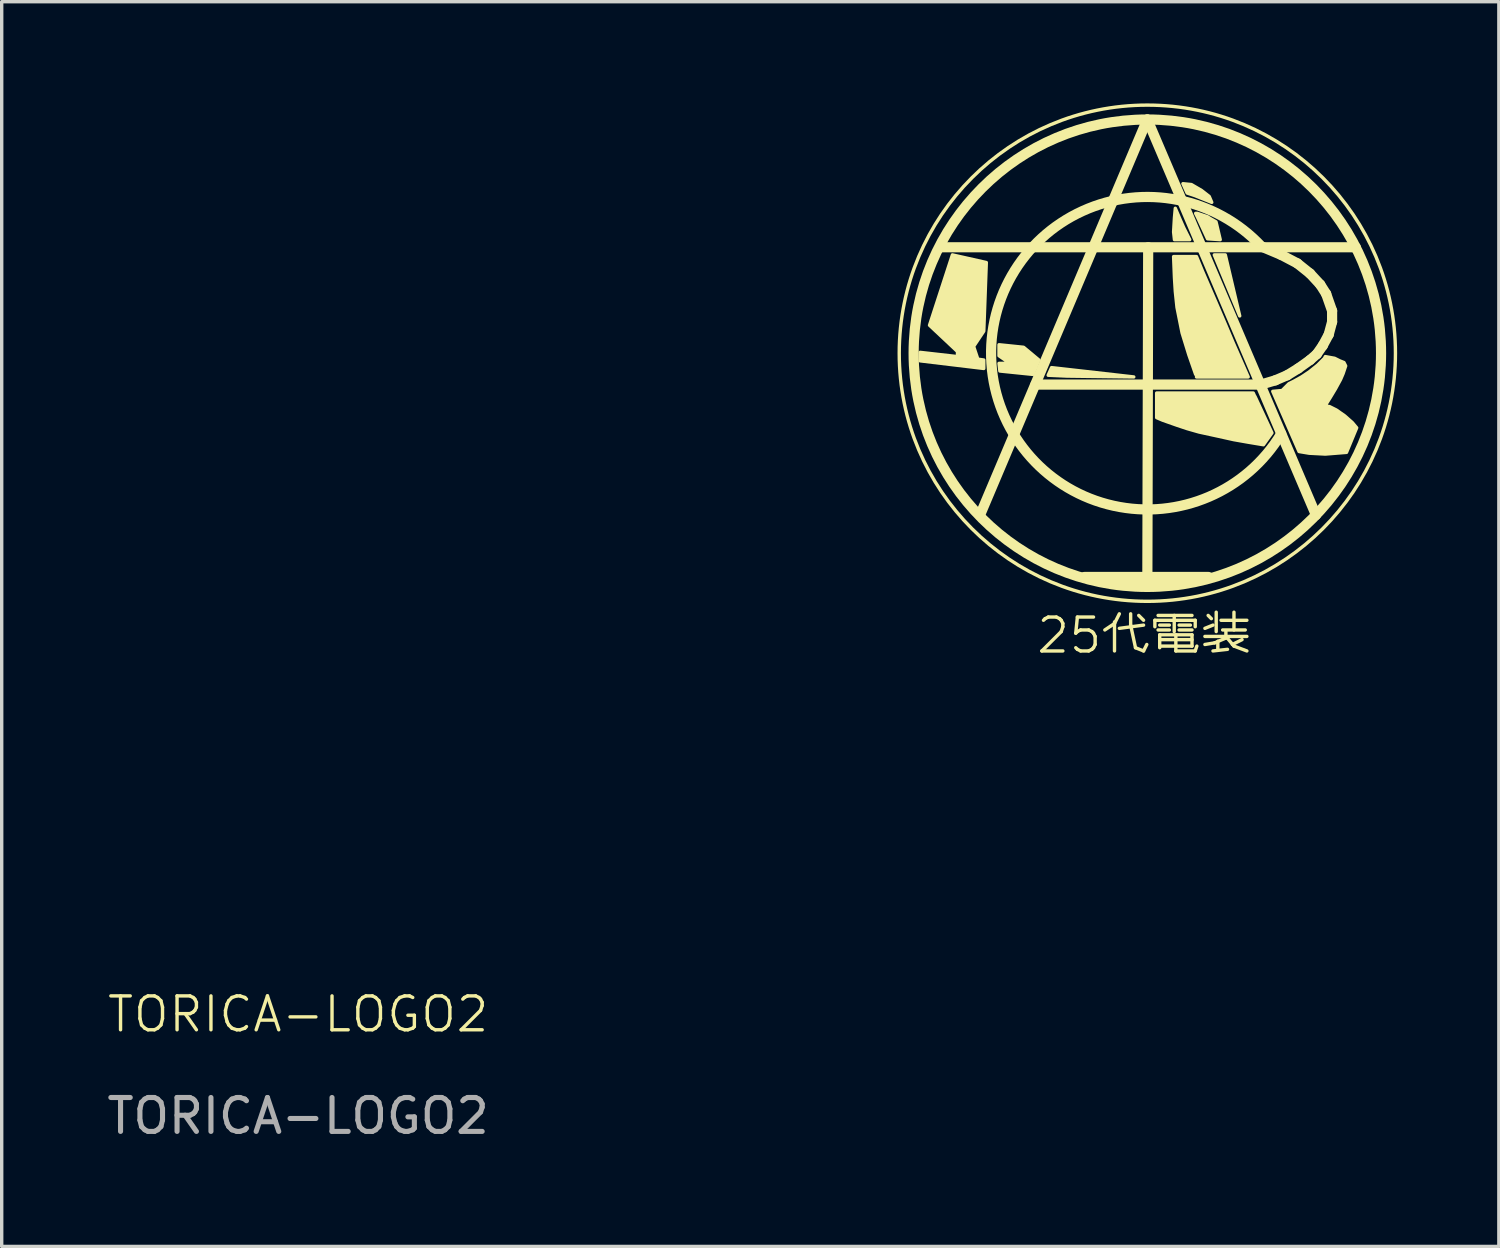
<source format=kicad_pcb>
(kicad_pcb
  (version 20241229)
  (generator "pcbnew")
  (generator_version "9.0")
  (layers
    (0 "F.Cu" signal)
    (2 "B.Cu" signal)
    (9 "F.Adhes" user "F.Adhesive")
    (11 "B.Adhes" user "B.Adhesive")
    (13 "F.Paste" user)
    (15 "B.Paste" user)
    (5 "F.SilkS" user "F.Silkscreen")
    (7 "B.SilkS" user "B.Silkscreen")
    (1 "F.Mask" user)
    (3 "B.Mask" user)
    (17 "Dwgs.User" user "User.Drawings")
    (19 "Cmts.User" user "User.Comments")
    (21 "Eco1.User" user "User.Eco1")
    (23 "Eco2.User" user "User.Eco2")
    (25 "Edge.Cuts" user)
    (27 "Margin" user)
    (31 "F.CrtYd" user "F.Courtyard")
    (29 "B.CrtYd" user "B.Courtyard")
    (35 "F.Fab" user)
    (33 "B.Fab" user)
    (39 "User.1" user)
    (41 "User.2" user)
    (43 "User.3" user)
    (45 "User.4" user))
  (footprint "TORICA-LOGO2"
    (layer "F.Cu")
    (at 5.744 27.369)
    (property "Reference" "TORICA-LOGO2" (at 0 -0.5 0) (unlocked yes) (layer "F.SilkS") (effects (font (size 1 1) (thickness 0.1))))
    (fp_line (start 18.95 -23.125) (end 31.2 -23.125) (stroke (width 0.3) (type default)) (layer "F.SilkS"))
    (fp_line (start 23.2 -13.4) (end 26.85 -13.4) (stroke (width 0.3) (type default)) (layer "F.SilkS"))
    (fp_line (start 25.05 -26.894) (end 20.125 -15.25) (stroke (width 0.3) (type default)) (layer "F.SilkS"))
    (fp_line (start 25.05 -26.894) (end 30.025 -15.225) (stroke (width 0.3) (type default)) (layer "F.SilkS"))
    (fp_line (start 25.075 -23.125) (end 25.05 -13.106) (stroke (width 0.3) (type default)) (layer "F.SilkS"))
    (fp_line (start 28.4 -19.075) (end 21.75 -19.075) (stroke (width 0.3) (type default)) (layer "F.SilkS"))
    (fp_line (start 28.42 -23.144) (end 29 -22.9) (stroke (width 0.3) (type default)) (layer "F.SilkS"))
    (fp_line (start 28.825 -19.2) (end 28.4 -19.075) (stroke (width 0.3) (type default)) (layer "F.SilkS"))
    (fp_line (start 29 -22.9) (end 29.475 -22.65) (stroke (width 0.3) (type default)) (layer "F.SilkS"))
    (fp_line (start 29.175 -19.35) (end 28.825 -19.2) (stroke (width 0.3) (type default)) (layer "F.SilkS"))
    (fp_line (start 29.475 -22.65) (end 29.85 -22.35) (stroke (width 0.3) (type default)) (layer "F.SilkS"))
    (fp_line (start 29.5 -19.55) (end 29.175 -19.35) (stroke (width 0.3) (type default)) (layer "F.SilkS"))
    (fp_line (start 29.85 -22.35) (end 30.15 -22.025) (stroke (width 0.3) (type default)) (layer "F.SilkS"))
    (fp_line (start 29.85 -19.8) (end 29.5 -19.55) (stroke (width 0.3) (type default)) (layer "F.SilkS"))
    (fp_line (start 30.05 -19.975) (end 29.85 -19.8) (stroke (width 0.3) (type default)) (layer "F.SilkS"))
    (fp_line (start 30.15 -22.025) (end 30.325 -21.75) (stroke (width 0.3) (type default)) (layer "F.SilkS"))
    (fp_line (start 30.225 -20.225) (end 30.05 -19.975) (stroke (width 0.3) (type default)) (layer "F.SilkS"))
    (fp_line (start 30.325 -21.75) (end 30.5 -21.25) (stroke (width 0.3) (type default)) (layer "F.SilkS"))
    (fp_line (start 30.4 -20.55) (end 30.225 -20.225) (stroke (width 0.3) (type default)) (layer "F.SilkS"))
    (fp_line (start 30.5 -21.25) (end 30.5 -20.925) (stroke (width 0.3) (type default)) (layer "F.SilkS"))
    (fp_line (start 30.5 -20.925) (end 30.4 -20.55) (stroke (width 0.3) (type default)) (layer "F.SilkS"))
    (fp_arc (start 29 -17.625) (mid 20.466192 -19.518513) (end 28.420289 -23.143926) (stroke (width 0.3) (type default)) (layer "F.SilkS"))
    (fp_circle (center 25.05 -20) (end 30.225 -14.825) (stroke (width 0.1) (type default)) (fill no) (layer "F.SilkS"))
    (fp_circle (center 25.05 -20) (end 31.944 -20) (stroke (width 0.3) (type default)) (fill no) (layer "F.SilkS"))
    (fp_poly (pts (xy 27.025 -22.9) (xy 27.35 -22.9) (xy 27.775 -21.1)) (stroke (width 0.1) (type solid)) (fill yes) (layer "F.SilkS"))
    (fp_poly (pts (xy 22.225 -19.575) (xy 22.125 -19.35) (xy 22.675 -19.325) (xy 24.65 -19.3)) (stroke (width 0.1) (type solid)) (fill yes) (layer "F.SilkS"))
    (fp_poly (pts (xy 25.85 -23.35) (xy 26.3 -23.35) (xy 26.125 -23.7) (xy 26.025 -23.925) (xy 25.875 -24.275) (xy 25.85 -24) (xy 25.825 -23.575)) (stroke (width 0.1) (type solid)) (fill yes) (layer "F.SilkS"))
    (fp_poly (pts (xy 26.1 -25) (xy 26.225 -24.725) (xy 26.45 -24.65) (xy 26.95 -24.45) (xy 26.875 -24.625) (xy 26.65 -24.8) (xy 26.35 -24.975)) (stroke (width 0.1) (type solid)) (fill yes) (layer "F.SilkS"))
    (fp_poly (pts (xy 20.675 -20.25) (xy 20.675 -19.925) (xy 21 -19.7) (xy 20.675 -19.7) (xy 20.7 -19.475) (xy 21.675 -19.375) (xy 21.85 -19.8) (xy 21.4 -20.175)) (stroke (width 0.1) (type solid)) (fill yes) (layer "F.SilkS"))
    (fp_poly (pts (xy 26.525 -24.025) (xy 26.825 -23.375) (xy 27.2 -23.35) (xy 27.1 -23.775) (xy 27.075 -23.875) (xy 26.9 -23.975) (xy 26.825 -24.025) (xy 26.675 -24.075) (xy 26.525 -24.125) (xy 26.475 -24.125)) (stroke (width 0.1) (type solid)) (fill yes) (layer "F.SilkS"))
    (fp_poly (pts (xy 20.225 -19.8) (xy 20.225 -19.55) (xy 18.35 -19.775) (xy 18.35 -20.025) (xy 19.45 -19.9) (xy 19.45 -20.05) (xy 18.625 -20.825) (xy 19.3 -22.9) (xy 20.3 -22.675) (xy 20.225 -20.65) (xy 19.925 -20.2) (xy 20.05 -19.825)) (stroke (width 0.1) (type solid)) (fill yes) (layer "F.SilkS"))
    (fp_poly (pts (xy 28.225 -18.725) (xy 28.725 -17.65) (xy 28.475 -17.3) (xy 28.025 -17.375) (xy 27.6 -17.45) (xy 27.15 -17.55) (xy 26.575 -17.675) (xy 26.225 -17.775) (xy 25.925 -17.875) (xy 25.5 -18.025) (xy 25.325 -18.1) (xy 25.325 -18.825) (xy 28.175 -18.825) (xy 28.275 -18.6)) (stroke (width 0.1) (type solid)) (fill yes) (layer "F.SilkS"))
    (fp_poly (pts (xy 26.5 -19.3) (xy 28.025 -19.3) (xy 27.575 -20.325) (xy 27.375 -20.8) (xy 27.075 -21.5) (xy 26.675 -22.425) (xy 26.5 -22.85) (xy 25.825 -22.85) (xy 25.85 -22.225) (xy 25.875 -21.825) (xy 25.925 -21.35) (xy 26.075 -20.6) (xy 26.275 -19.95) (xy 26.475 -19.375) (xy 26.55 -19.35)) (stroke (width 0.1) (type solid)) (fill yes) (layer "F.SilkS"))
    (fp_poly (pts (xy 31.225 -17.8) (xy 30.925 -17.075) (xy 30.3 -17.025) (xy 29.825 -17.05) (xy 29.525 -17.1) (xy 28.75 -18.875) (xy 29.025 -18.9) (xy 29.225 -19.1) (xy 29.375 -19.175) (xy 29.6 -19.3) (xy 29.825 -19.45) (xy 30.075 -19.65) (xy 30.275 -19.85) (xy 30.3 -19.9) (xy 30.575 -19.85) (xy 30.725 -19.775) (xy 30.85 -19.725) (xy 30.9 -19.625) (xy 30.825 -19.4) (xy 30.75 -19.225) (xy 30.6 -18.95) (xy 30.45 -18.7) (xy 30.325 -18.5) (xy 30.275 -18.45) (xy 30.425 -18.425) (xy 30.625 -18.325) (xy 30.875 -18.15) (xy 31.1 -17.95)) (stroke (width 0.1) (type solid)) (fill yes) (layer "F.SilkS"))
    (fp_text user "25代電装" (at 21.73 -11.09 0) (unlocked yes) (layer "F.SilkS") (effects (font (size 1 1) (thickness 0.1)) (justify left bottom)))
    (fp_text user "${REFERENCE}" (at 0 2.5 0) (unlocked yes) (layer "F.Fab") (effects (font (size 1 1) (thickness 0.15)))))
  (gr_rect
    (start -3 -3)
    (end 41.163 33.717)
    (stroke (width 0.1) (type default))
    (fill no)
    (layer "Edge.Cuts")))
</source>
